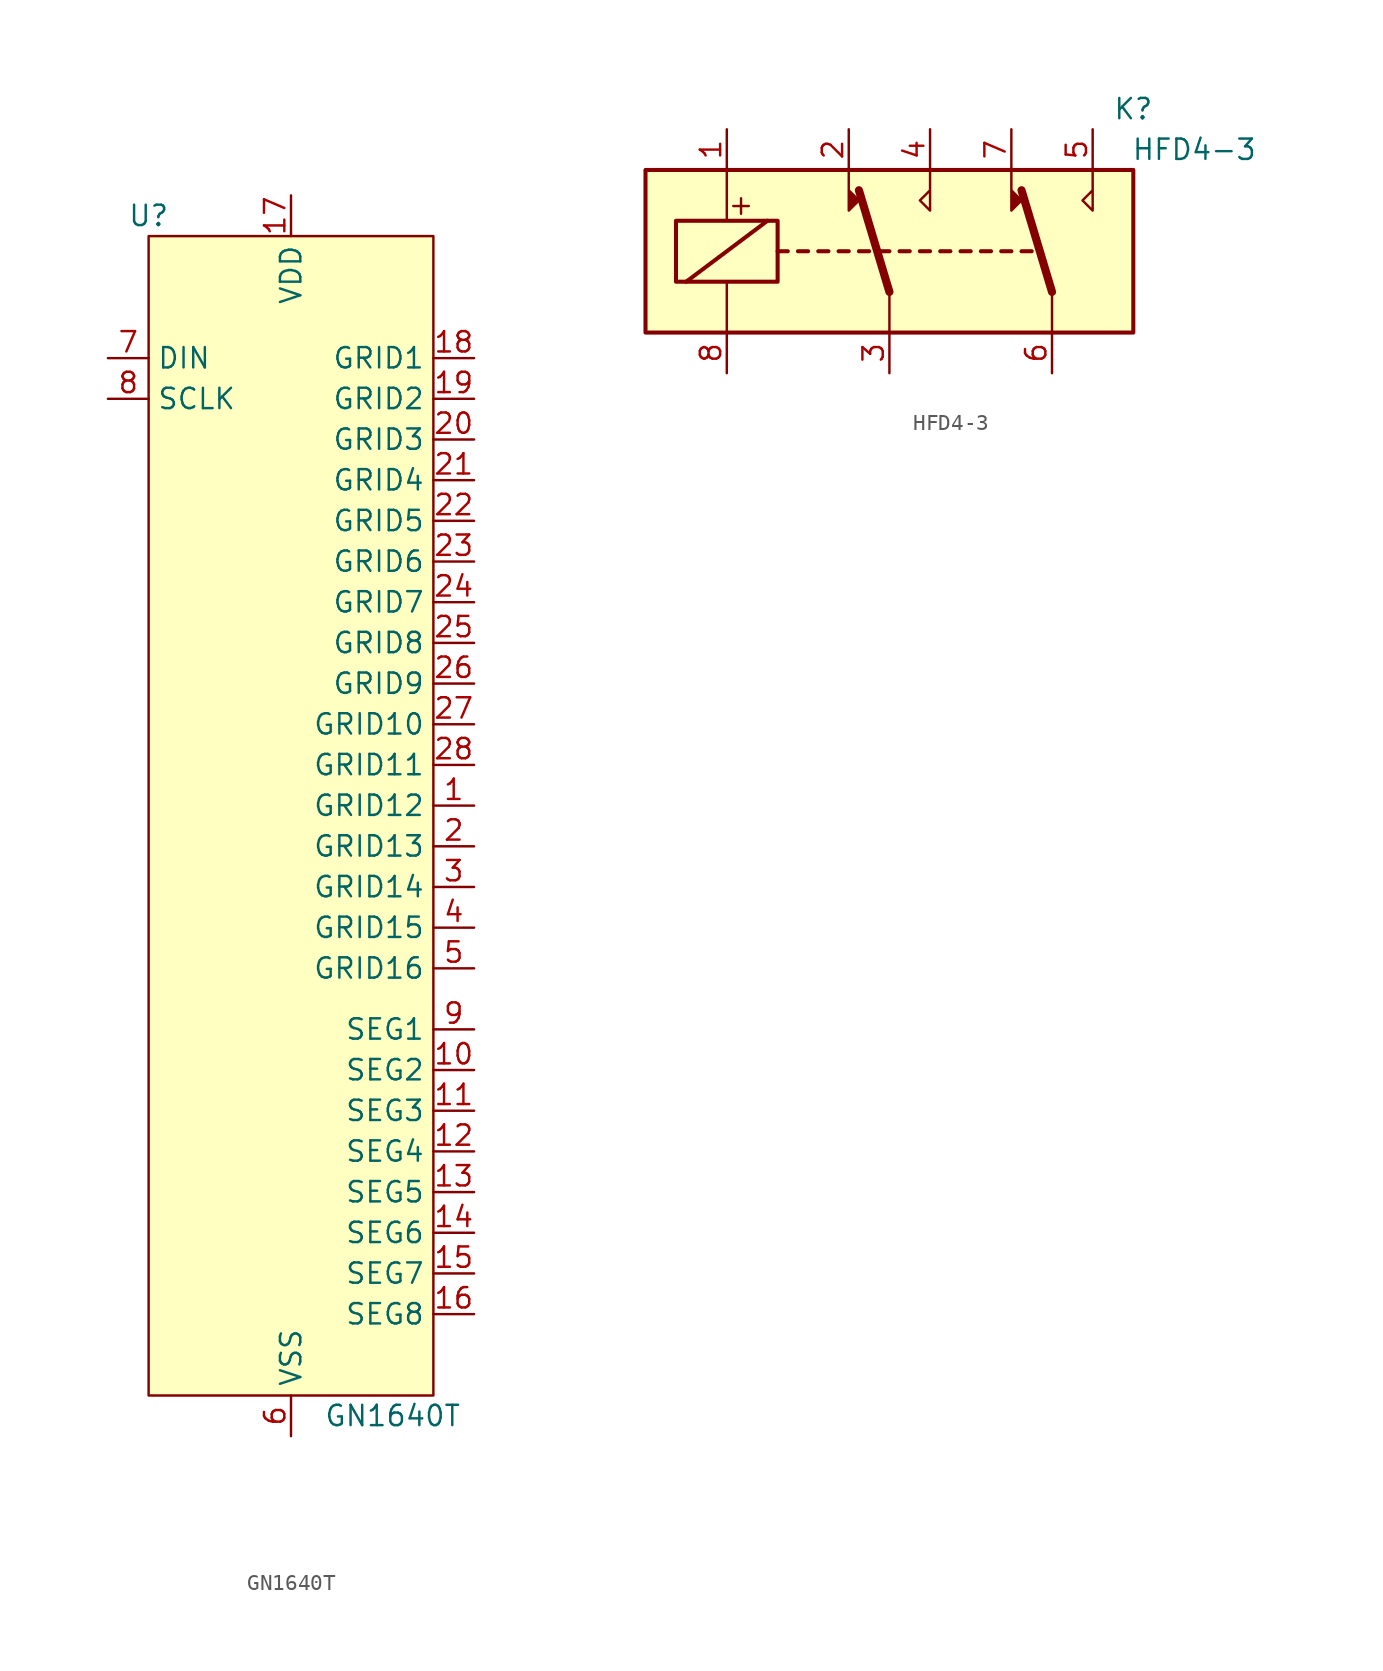
<source format=kicad_sym>
(kicad_symbol_lib
  (version 20211014)
  (generator kicad_symbol_editor)
  (symbol "GN1640T"
    (property "Reference" "U"
      (at -8.89 34.29 0)
      (effects (font (size 1.27 1.27))))
    (property "Value" "GN1640T"
      (at 6.35 -40.64 0)
      (effects (font (size 1.27 1.27))))
    (symbol "GN1640T_0_1"
      (rectangle (start -8.89 33.02) (end 8.89 -39.37) (stroke (width 0) (type default) (color 0 0 0 0)) (fill (type background))))
    (symbol "GN1640T_1_1"
      (pin bidirectional line (at 11.43 -2.54 180) (length 2.54) (name "GRID12" (effects (font (size 1.27 1.27)))) (number "1" (effects (font (size 1.27 1.27)))))
      (pin bidirectional line (at 11.43 -19.05 180) (length 2.54) (name "SEG2" (effects (font (size 1.27 1.27)))) (number "10" (effects (font (size 1.27 1.27)))))
      (pin bidirectional line (at 11.43 -21.59 180) (length 2.54) (name "SEG3" (effects (font (size 1.27 1.27)))) (number "11" (effects (font (size 1.27 1.27)))))
      (pin bidirectional line (at 11.43 -24.13 180) (length 2.54) (name "SEG4" (effects (font (size 1.27 1.27)))) (number "12" (effects (font (size 1.27 1.27)))))
      (pin bidirectional line (at 11.43 -26.67 180) (length 2.54) (name "SEG5" (effects (font (size 1.27 1.27)))) (number "13" (effects (font (size 1.27 1.27)))))
      (pin bidirectional line (at 11.43 -29.21 180) (length 2.54) (name "SEG6" (effects (font (size 1.27 1.27)))) (number "14" (effects (font (size 1.27 1.27)))))
      (pin bidirectional line (at 11.43 -31.75 180) (length 2.54) (name "SEG7" (effects (font (size 1.27 1.27)))) (number "15" (effects (font (size 1.27 1.27)))))
      (pin bidirectional line (at 11.43 -34.29 180) (length 2.54) (name "SEG8" (effects (font (size 1.27 1.27)))) (number "16" (effects (font (size 1.27 1.27)))))
      (pin power_in line (at 0 35.56 270) (length 2.54) (name "VDD" (effects (font (size 1.27 1.27)))) (number "17" (effects (font (size 1.27 1.27)))))
      (pin bidirectional line (at 11.43 25.4 180) (length 2.54) (name "GRID1" (effects (font (size 1.27 1.27)))) (number "18" (effects (font (size 1.27 1.27)))))
      (pin bidirectional line (at 11.43 22.86 180) (length 2.54) (name "GRID2" (effects (font (size 1.27 1.27)))) (number "19" (effects (font (size 1.27 1.27)))))
      (pin bidirectional line (at 11.43 -5.08 180) (length 2.54) (name "GRID13" (effects (font (size 1.27 1.27)))) (number "2" (effects (font (size 1.27 1.27)))))
      (pin bidirectional line (at 11.43 20.32 180) (length 2.54) (name "GRID3" (effects (font (size 1.27 1.27)))) (number "20" (effects (font (size 1.27 1.27)))))
      (pin bidirectional line (at 11.43 17.78 180) (length 2.54) (name "GRID4" (effects (font (size 1.27 1.27)))) (number "21" (effects (font (size 1.27 1.27)))))
      (pin bidirectional line (at 11.43 15.24 180) (length 2.54) (name "GRID5" (effects (font (size 1.27 1.27)))) (number "22" (effects (font (size 1.27 1.27)))))
      (pin bidirectional line (at 11.43 12.7 180) (length 2.54) (name "GRID6" (effects (font (size 1.27 1.27)))) (number "23" (effects (font (size 1.27 1.27)))))
      (pin bidirectional line (at 11.43 10.16 180) (length 2.54) (name "GRID7" (effects (font (size 1.27 1.27)))) (number "24" (effects (font (size 1.27 1.27)))))
      (pin bidirectional line (at 11.43 7.62 180) (length 2.54) (name "GRID8" (effects (font (size 1.27 1.27)))) (number "25" (effects (font (size 1.27 1.27)))))
      (pin bidirectional line (at 11.43 5.08 180) (length 2.54) (name "GRID9" (effects (font (size 1.27 1.27)))) (number "26" (effects (font (size 1.27 1.27)))))
      (pin bidirectional line (at 11.43 2.54 180) (length 2.54) (name "GRID10" (effects (font (size 1.27 1.27)))) (number "27" (effects (font (size 1.27 1.27)))))
      (pin bidirectional line (at 11.43 0 180) (length 2.54) (name "GRID11" (effects (font (size 1.27 1.27)))) (number "28" (effects (font (size 1.27 1.27)))))
      (pin bidirectional line (at 11.43 -7.62 180) (length 2.54) (name "GRID14" (effects (font (size 1.27 1.27)))) (number "3" (effects (font (size 1.27 1.27)))))
      (pin bidirectional line (at 11.43 -10.16 180) (length 2.54) (name "GRID15" (effects (font (size 1.27 1.27)))) (number "4" (effects (font (size 1.27 1.27)))))
      (pin bidirectional line (at 11.43 -12.7 180) (length 2.54) (name "GRID16" (effects (font (size 1.27 1.27)))) (number "5" (effects (font (size 1.27 1.27)))))
      (pin power_in line (at 0 -41.91 90) (length 2.54) (name "VSS" (effects (font (size 1.27 1.27)))) (number "6" (effects (font (size 1.27 1.27)))))
      (pin input line (at -11.43 25.4 0) (length 2.54) (name "DIN" (effects (font (size 1.27 1.27)))) (number "7" (effects (font (size 1.27 1.27)))))
      (pin input line (at -11.43 22.86 0) (length 2.54) (name "SCLK" (effects (font (size 1.27 1.27)))) (number "8" (effects (font (size 1.27 1.27)))))
      (pin bidirectional line (at 11.43 -16.51 180) (length 2.54) (name "SEG1" (effects (font (size 1.27 1.27)))) (number "9" (effects (font (size 1.27 1.27)))))))
  (symbol "HFD4-3"
    (property "Reference" "K"
      (at 15.24 8.89 0)
      (effects (font (size 1.27 1.27))))
    (property "Value" "HFD4-3"
      (at 19.05 6.35 0)
      (effects (font (size 1.27 1.27))))
    (symbol "HFD4-3_1_1"
      (rectangle (start -15.24 5.08) (end 15.24 -5.08) (stroke (width 0.254) (type default) (color 0 0 0 0)) (fill (type background)))
      (rectangle (start -13.335 1.905) (end -6.985 -1.905) (stroke (width 0.254) (type default) (color 0 0 0 0)) (fill (type none)))
      (polyline (pts (xy -12.7 -1.905) (xy -7.62 1.905)) (stroke (width 0.254) (type default) (color 0 0 0 0)) (fill (type none)))
      (polyline (pts (xy -10.16 -5.08) (xy -10.16 -1.905)) (stroke (width 0) (type default) (color 0 0 0 0)) (fill (type none)))
      (polyline (pts (xy -10.16 5.08) (xy -10.16 1.905)) (stroke (width 0) (type default) (color 0 0 0 0)) (fill (type none)))
      (polyline (pts (xy -6.985 0) (xy -6.35 0)) (stroke (width 0.254) (type default) (color 0 0 0 0)) (fill (type none)))
      (polyline (pts (xy -5.715 0) (xy -5.08 0)) (stroke (width 0.254) (type default) (color 0 0 0 0)) (fill (type none)))
      (polyline (pts (xy -4.445 0) (xy -3.81 0)) (stroke (width 0.254) (type default) (color 0 0 0 0)) (fill (type none)))
      (polyline (pts (xy -3.175 0) (xy -2.54 0)) (stroke (width 0.254) (type default) (color 0 0 0 0)) (fill (type none)))
      (polyline (pts (xy -1.905 0) (xy -1.27 0)) (stroke (width 0.254) (type default) (color 0 0 0 0)) (fill (type none)))
      (polyline (pts (xy -0.635 0) (xy 0 0)) (stroke (width 0.254) (type default) (color 0 0 0 0)) (fill (type none)))
      (polyline (pts (xy 0 -2.54) (xy -1.905 3.81)) (stroke (width 0.508) (type default) (color 0 0 0 0)) (fill (type none)))
      (polyline (pts (xy 0 -2.54) (xy 0 -5.08)) (stroke (width 0) (type default) (color 0 0 0 0)) (fill (type none)))
      (polyline (pts (xy 0.635 0) (xy 1.27 0)) (stroke (width 0.254) (type default) (color 0 0 0 0)) (fill (type none)))
      (polyline (pts (xy 1.905 0) (xy 2.54 0)) (stroke (width 0.254) (type default) (color 0 0 0 0)) (fill (type none)))
      (polyline (pts (xy 3.175 0) (xy 3.81 0)) (stroke (width 0.254) (type default) (color 0 0 0 0)) (fill (type none)))
      (polyline (pts (xy 4.445 0) (xy 5.08 0)) (stroke (width 0.254) (type default) (color 0 0 0 0)) (fill (type none)))
      (polyline (pts (xy 5.715 0) (xy 6.35 0)) (stroke (width 0.254) (type default) (color 0 0 0 0)) (fill (type none)))
      (polyline (pts (xy 6.985 0) (xy 7.62 0)) (stroke (width 0.254) (type default) (color 0 0 0 0)) (fill (type none)))
      (polyline (pts (xy 8.255 0) (xy 8.89 0)) (stroke (width 0.254) (type default) (color 0 0 0 0)) (fill (type none)))
      (polyline (pts (xy 10.16 -2.54) (xy 8.255 3.81)) (stroke (width 0.508) (type default) (color 0 0 0 0)) (fill (type none)))
      (polyline (pts (xy 10.16 -2.54) (xy 10.16 -5.08)) (stroke (width 0) (type default) (color 0 0 0 0)) (fill (type none)))
      (polyline (pts (xy -2.54 5.08) (xy -2.54 2.54) (xy -1.905 3.175) (xy -2.54 3.81)) (stroke (width 0) (type default) (color 0 0 0 0)) (fill (type outline)))
      (polyline (pts (xy 2.54 5.08) (xy 2.54 2.54) (xy 1.905 3.175) (xy 2.54 3.81)) (stroke (width 0) (type default) (color 0 0 0 0)) (fill (type none)))
      (polyline (pts (xy 7.62 5.08) (xy 7.62 2.54) (xy 8.255 3.175) (xy 7.62 3.81)) (stroke (width 0) (type default) (color 0 0 0 0)) (fill (type outline)))
      (polyline (pts (xy 12.7 5.08) (xy 12.7 2.54) (xy 12.065 3.175) (xy 12.7 3.81)) (stroke (width 0) (type default) (color 0 0 0 0)) (fill (type none)))
      (text "+" (at -9.271 2.921 0) (effects (font (size 1.27 1.27))))
      (pin passive line (at -10.16 7.62 270) (length 2.54) (name "~" (effects (font (size 1.27 1.27)))) (number "1" (effects (font (size 1.27 1.27)))))
      (pin passive line (at -2.54 7.62 270) (length 2.54) (name "~" (effects (font (size 1.27 1.27)))) (number "2" (effects (font (size 1.27 1.27)))))
      (pin passive line (at 0 -7.62 90) (length 2.54) (name "~" (effects (font (size 1.27 1.27)))) (number "3" (effects (font (size 1.27 1.27)))))
      (pin passive line (at 2.54 7.62 270) (length 2.54) (name "~" (effects (font (size 1.27 1.27)))) (number "4" (effects (font (size 1.27 1.27)))))
      (pin passive line (at 12.7 7.62 270) (length 2.54) (name "~" (effects (font (size 1.27 1.27)))) (number "5" (effects (font (size 1.27 1.27)))))
      (pin passive line (at 10.16 -7.62 90) (length 2.54) (name "~" (effects (font (size 1.27 1.27)))) (number "6" (effects (font (size 1.27 1.27)))))
      (pin passive line (at 7.62 7.62 270) (length 2.54) (name "~" (effects (font (size 1.27 1.27)))) (number "7" (effects (font (size 1.27 1.27)))))
      (pin passive line (at -10.16 -7.62 90) (length 2.54) (name "~" (effects (font (size 1.27 1.27)))) (number "8" (effects (font (size 1.27 1.27))))))))
</source>
